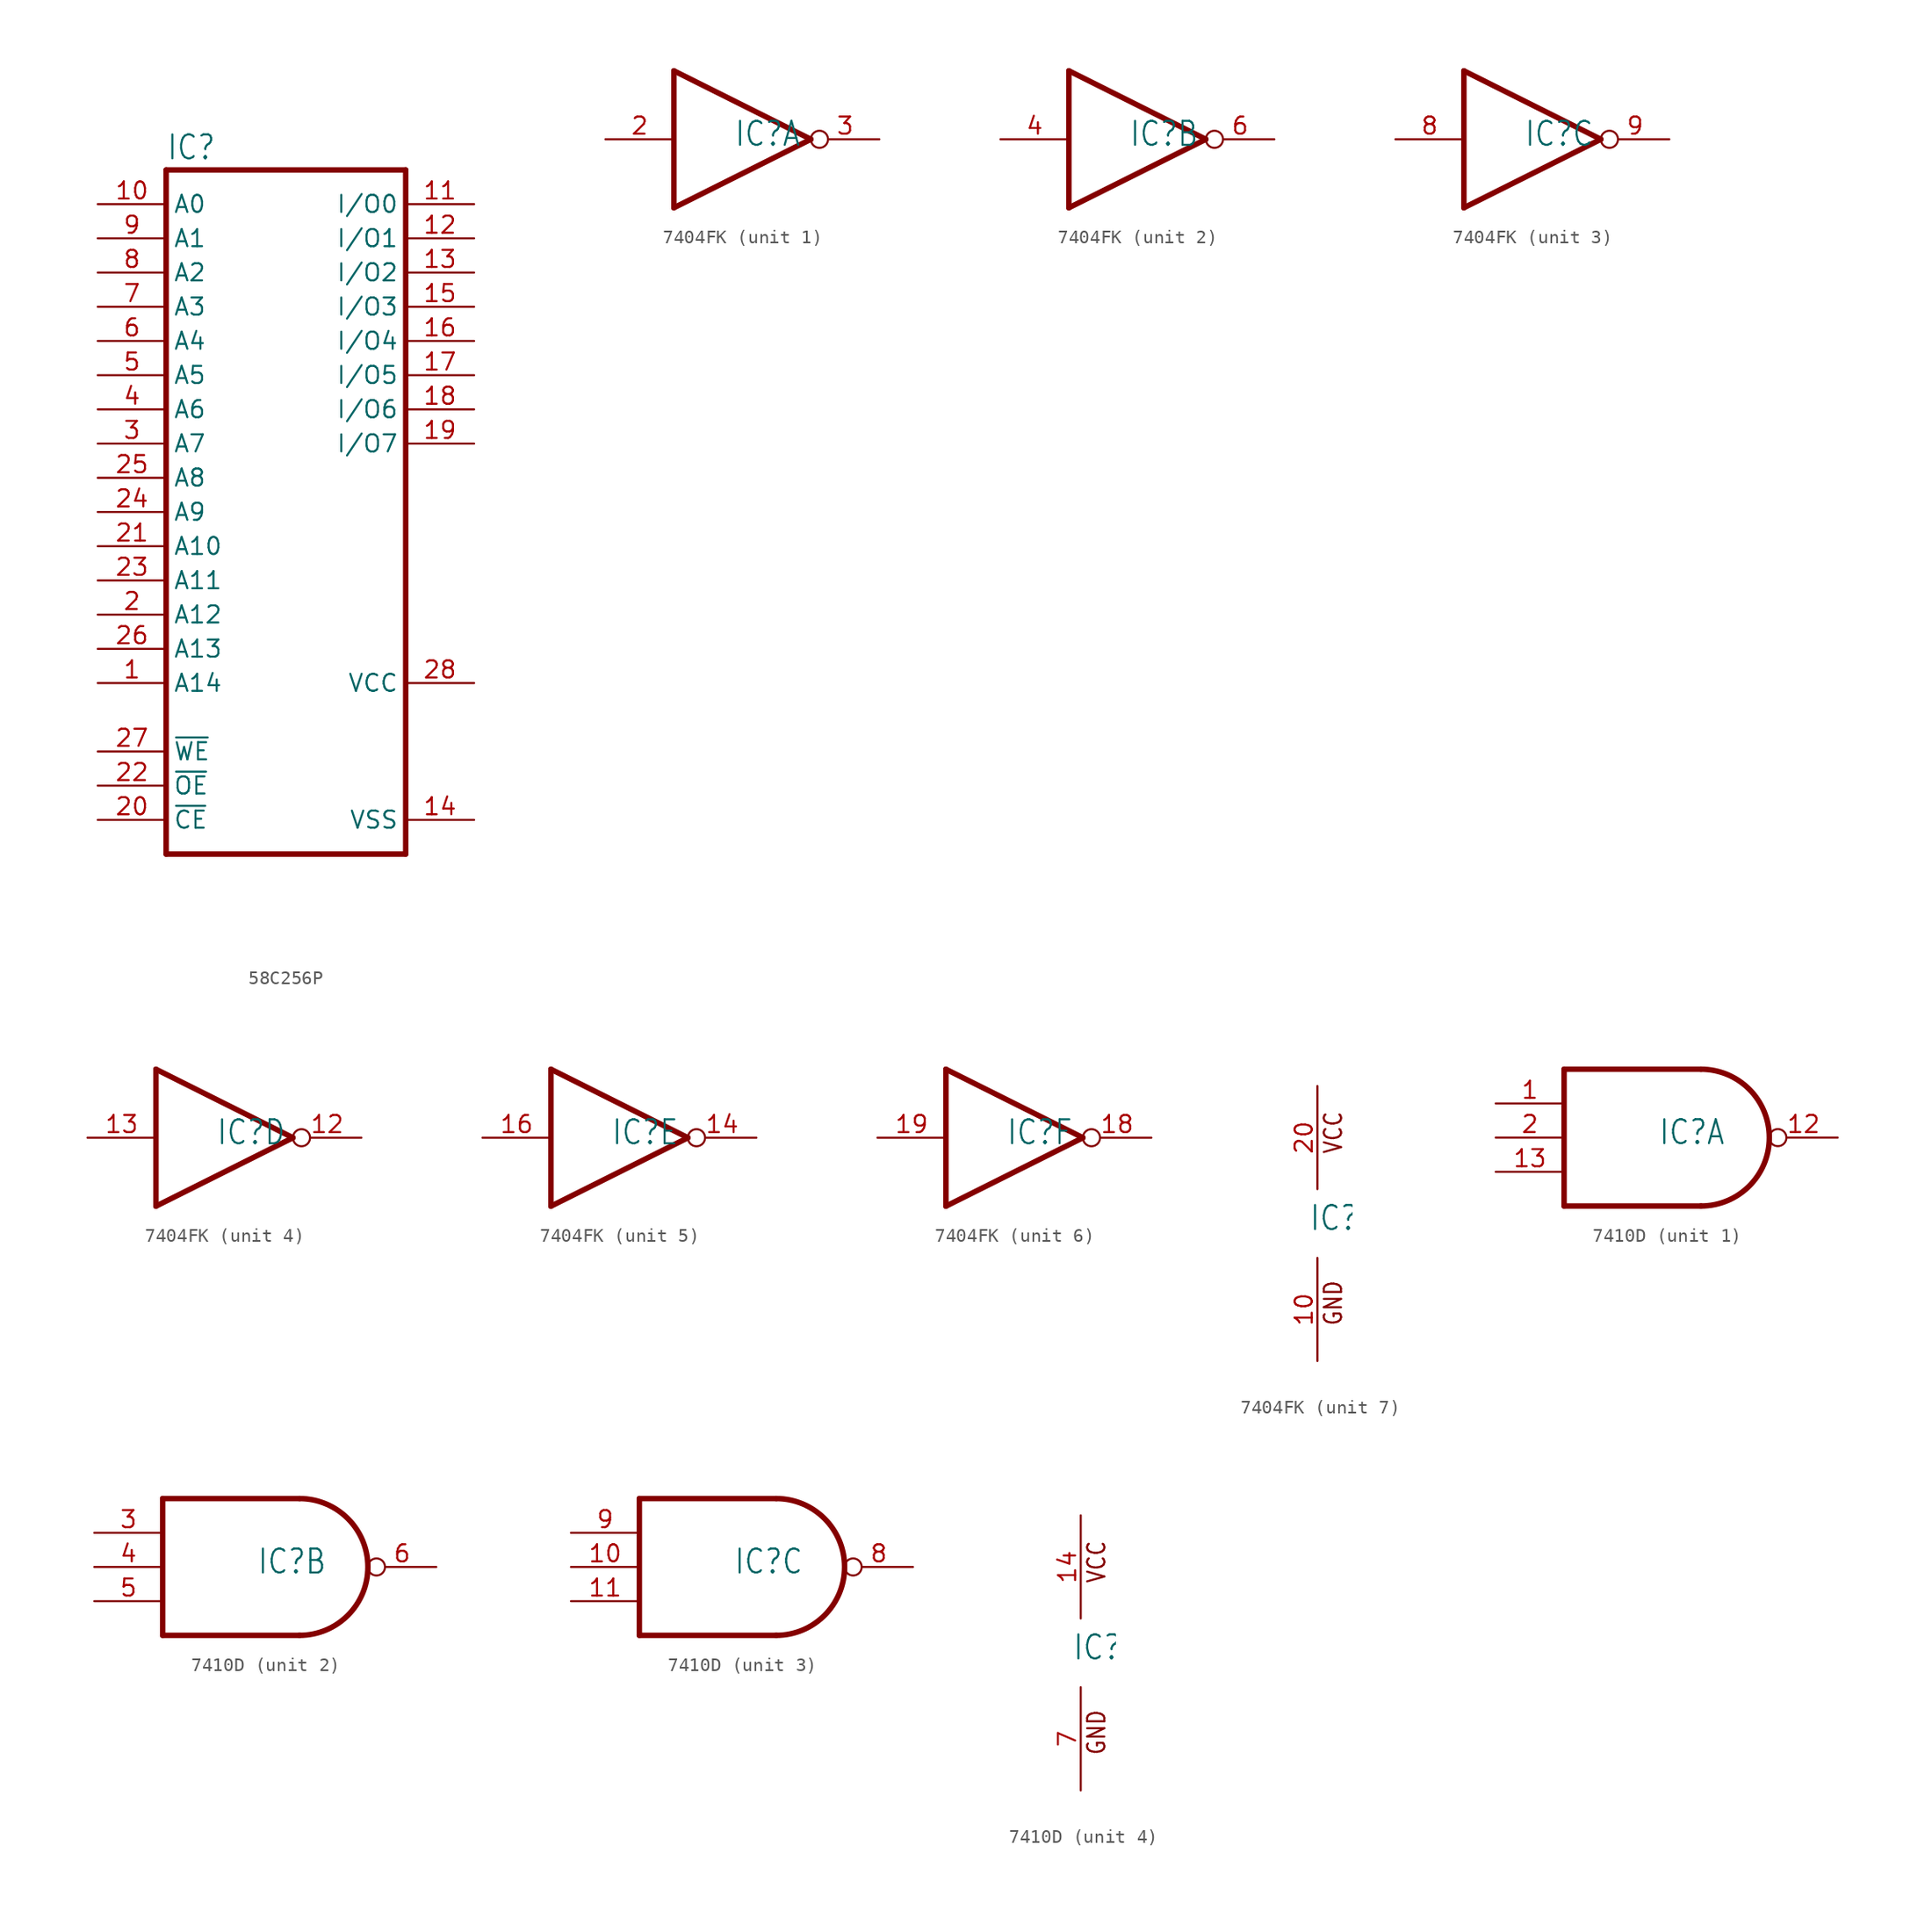
<source format=kicad_sym>
(kicad_symbol_lib
  (version 20231120)
  (generator "kicad_symbol_editor")
  (generator_version "8.0")
  (symbol "58C256P"
    (property "Reference" "IC"
      (at -10.16 31.115 0)
      (effects (font (size 1.778 1.511)) (justify left bottom)))
    (property "Value" ""
      (at -10.16 -22.86 0)
      (effects (font (size 1.778 1.511)) (justify left bottom)))
    (property "ki_locked" ""
      (at 0 0 0)
      (effects (font (size 1.27 1.27))))
    (symbol "58C256P_1_0"
      (polyline (pts (xy -10.16 -20.32) (xy -10.16 30.48)) (stroke (width 0.406) (type solid)) (fill (type none)))
      (polyline (pts (xy -10.16 -20.32) (xy 7.62 -20.32)) (stroke (width 0.406) (type solid)) (fill (type none)))
      (polyline (pts (xy 7.62 30.48) (xy -10.16 30.48)) (stroke (width 0.406) (type solid)) (fill (type none)))
      (polyline (pts (xy 7.62 30.48) (xy 7.62 -20.32)) (stroke (width 0.406) (type solid)) (fill (type none)))
      (pin input line (at -15.24 -7.62 0) (length 5.08) (name "A14" (effects (font (size 1.27 1.27)))) (number "1" (effects (font (size 1.27 1.27)))))
      (pin input line (at -15.24 27.94 0) (length 5.08) (name "A0" (effects (font (size 1.27 1.27)))) (number "10" (effects (font (size 1.27 1.27)))))
      (pin tri_state line (at 12.7 27.94 180) (length 5.08) (name "I/O0" (effects (font (size 1.27 1.27)))) (number "11" (effects (font (size 1.27 1.27)))))
      (pin tri_state line (at 12.7 25.4 180) (length 5.08) (name "I/O1" (effects (font (size 1.27 1.27)))) (number "12" (effects (font (size 1.27 1.27)))))
      (pin tri_state line (at 12.7 22.86 180) (length 5.08) (name "I/O2" (effects (font (size 1.27 1.27)))) (number "13" (effects (font (size 1.27 1.27)))))
      (pin power_in line (at 12.7 -17.78 180) (length 5.08) (name "VSS" (effects (font (size 1.27 1.27)))) (number "14" (effects (font (size 1.27 1.27)))))
      (pin tri_state line (at 12.7 20.32 180) (length 5.08) (name "I/O3" (effects (font (size 1.27 1.27)))) (number "15" (effects (font (size 1.27 1.27)))))
      (pin tri_state line (at 12.7 17.78 180) (length 5.08) (name "I/O4" (effects (font (size 1.27 1.27)))) (number "16" (effects (font (size 1.27 1.27)))))
      (pin tri_state line (at 12.7 15.24 180) (length 5.08) (name "I/O5" (effects (font (size 1.27 1.27)))) (number "17" (effects (font (size 1.27 1.27)))))
      (pin tri_state line (at 12.7 12.7 180) (length 5.08) (name "I/O6" (effects (font (size 1.27 1.27)))) (number "18" (effects (font (size 1.27 1.27)))))
      (pin tri_state line (at 12.7 10.16 180) (length 5.08) (name "I/O7" (effects (font (size 1.27 1.27)))) (number "19" (effects (font (size 1.27 1.27)))))
      (pin input line (at -15.24 -2.54 0) (length 5.08) (name "A12" (effects (font (size 1.27 1.27)))) (number "2" (effects (font (size 1.27 1.27)))))
      (pin input line (at -15.24 -17.78 0) (length 5.08) (name "~{CE}" (effects (font (size 1.27 1.27)))) (number "20" (effects (font (size 1.27 1.27)))))
      (pin input line (at -15.24 2.54 0) (length 5.08) (name "A10" (effects (font (size 1.27 1.27)))) (number "21" (effects (font (size 1.27 1.27)))))
      (pin input line (at -15.24 -15.24 0) (length 5.08) (name "~{OE}" (effects (font (size 1.27 1.27)))) (number "22" (effects (font (size 1.27 1.27)))))
      (pin input line (at -15.24 0 0) (length 5.08) (name "A11" (effects (font (size 1.27 1.27)))) (number "23" (effects (font (size 1.27 1.27)))))
      (pin input line (at -15.24 5.08 0) (length 5.08) (name "A9" (effects (font (size 1.27 1.27)))) (number "24" (effects (font (size 1.27 1.27)))))
      (pin input line (at -15.24 7.62 0) (length 5.08) (name "A8" (effects (font (size 1.27 1.27)))) (number "25" (effects (font (size 1.27 1.27)))))
      (pin input line (at -15.24 -5.08 0) (length 5.08) (name "A13" (effects (font (size 1.27 1.27)))) (number "26" (effects (font (size 1.27 1.27)))))
      (pin input line (at -15.24 -12.7 0) (length 5.08) (name "~{WE}" (effects (font (size 1.27 1.27)))) (number "27" (effects (font (size 1.27 1.27)))))
      (pin power_in line (at 12.7 -7.62 180) (length 5.08) (name "VCC" (effects (font (size 1.27 1.27)))) (number "28" (effects (font (size 1.27 1.27)))))
      (pin input line (at -15.24 10.16 0) (length 5.08) (name "A7" (effects (font (size 1.27 1.27)))) (number "3" (effects (font (size 1.27 1.27)))))
      (pin input line (at -15.24 12.7 0) (length 5.08) (name "A6" (effects (font (size 1.27 1.27)))) (number "4" (effects (font (size 1.27 1.27)))))
      (pin input line (at -15.24 15.24 0) (length 5.08) (name "A5" (effects (font (size 1.27 1.27)))) (number "5" (effects (font (size 1.27 1.27)))))
      (pin input line (at -15.24 17.78 0) (length 5.08) (name "A4" (effects (font (size 1.27 1.27)))) (number "6" (effects (font (size 1.27 1.27)))))
      (pin input line (at -15.24 20.32 0) (length 5.08) (name "A3" (effects (font (size 1.27 1.27)))) (number "7" (effects (font (size 1.27 1.27)))))
      (pin input line (at -15.24 22.86 0) (length 5.08) (name "A2" (effects (font (size 1.27 1.27)))) (number "8" (effects (font (size 1.27 1.27)))))
      (pin input line (at -15.24 25.4 0) (length 5.08) (name "A1" (effects (font (size 1.27 1.27)))) (number "9" (effects (font (size 1.27 1.27)))))))
  (symbol "7404FK"
    (property "Reference" "IC"
      (at -0.635 -0.635 0)
      (effects (font (size 1.778 1.511)) (justify left bottom)))
    (property "ki_locked" ""
      (at 0 0 0)
      (effects (font (size 1.27 1.27))))
    (symbol "7404FK_1_0"
      (polyline (pts (xy -5.08 -5.08) (xy -5.08 5.08)) (stroke (width 0.406) (type solid)) (fill (type none)))
      (polyline (pts (xy -5.08 5.08) (xy 5.08 0)) (stroke (width 0.406) (type solid)) (fill (type none)))
      (polyline (pts (xy 5.08 0) (xy -5.08 -5.08)) (stroke (width 0.406) (type solid)) (fill (type none)))
      (pin input line (at -10.16 0 0) (length 5.08) (name "I" (effects (font (size 0 0)))) (number "2" (effects (font (size 1.27 1.27)))))
      (pin output inverted (at 10.16 0 180) (length 5.08) (name "O" (effects (font (size 0 0)))) (number "3" (effects (font (size 1.27 1.27))))))
    (symbol "7404FK_2_0"
      (polyline (pts (xy -5.08 -5.08) (xy -5.08 5.08)) (stroke (width 0.406) (type solid)) (fill (type none)))
      (polyline (pts (xy -5.08 5.08) (xy 5.08 0)) (stroke (width 0.406) (type solid)) (fill (type none)))
      (polyline (pts (xy 5.08 0) (xy -5.08 -5.08)) (stroke (width 0.406) (type solid)) (fill (type none)))
      (pin input line (at -10.16 0 0) (length 5.08) (name "I" (effects (font (size 0 0)))) (number "4" (effects (font (size 1.27 1.27)))))
      (pin output inverted (at 10.16 0 180) (length 5.08) (name "O" (effects (font (size 0 0)))) (number "6" (effects (font (size 1.27 1.27))))))
    (symbol "7404FK_3_0"
      (polyline (pts (xy -5.08 -5.08) (xy -5.08 5.08)) (stroke (width 0.406) (type solid)) (fill (type none)))
      (polyline (pts (xy -5.08 5.08) (xy 5.08 0)) (stroke (width 0.406) (type solid)) (fill (type none)))
      (polyline (pts (xy 5.08 0) (xy -5.08 -5.08)) (stroke (width 0.406) (type solid)) (fill (type none)))
      (pin input line (at -10.16 0 0) (length 5.08) (name "I" (effects (font (size 0 0)))) (number "8" (effects (font (size 1.27 1.27)))))
      (pin output inverted (at 10.16 0 180) (length 5.08) (name "O" (effects (font (size 0 0)))) (number "9" (effects (font (size 1.27 1.27))))))
    (symbol "7404FK_4_0"
      (polyline (pts (xy -5.08 -5.08) (xy -5.08 5.08)) (stroke (width 0.406) (type solid)) (fill (type none)))
      (polyline (pts (xy -5.08 5.08) (xy 5.08 0)) (stroke (width 0.406) (type solid)) (fill (type none)))
      (polyline (pts (xy 5.08 0) (xy -5.08 -5.08)) (stroke (width 0.406) (type solid)) (fill (type none)))
      (pin output inverted (at 10.16 0 180) (length 5.08) (name "O" (effects (font (size 0 0)))) (number "12" (effects (font (size 1.27 1.27)))))
      (pin input line (at -10.16 0 0) (length 5.08) (name "I" (effects (font (size 0 0)))) (number "13" (effects (font (size 1.27 1.27))))))
    (symbol "7404FK_5_0"
      (polyline (pts (xy -5.08 -5.08) (xy -5.08 5.08)) (stroke (width 0.406) (type solid)) (fill (type none)))
      (polyline (pts (xy -5.08 5.08) (xy 5.08 0)) (stroke (width 0.406) (type solid)) (fill (type none)))
      (polyline (pts (xy 5.08 0) (xy -5.08 -5.08)) (stroke (width 0.406) (type solid)) (fill (type none)))
      (pin output inverted (at 10.16 0 180) (length 5.08) (name "O" (effects (font (size 0 0)))) (number "14" (effects (font (size 1.27 1.27)))))
      (pin input line (at -10.16 0 0) (length 5.08) (name "I" (effects (font (size 0 0)))) (number "16" (effects (font (size 1.27 1.27))))))
    (symbol "7404FK_6_0"
      (polyline (pts (xy -5.08 -5.08) (xy -5.08 5.08)) (stroke (width 0.406) (type solid)) (fill (type none)))
      (polyline (pts (xy -5.08 5.08) (xy 5.08 0)) (stroke (width 0.406) (type solid)) (fill (type none)))
      (polyline (pts (xy 5.08 0) (xy -5.08 -5.08)) (stroke (width 0.406) (type solid)) (fill (type none)))
      (pin output inverted (at 10.16 0 180) (length 5.08) (name "O" (effects (font (size 0 0)))) (number "18" (effects (font (size 1.27 1.27)))))
      (pin input line (at -10.16 0 0) (length 5.08) (name "I" (effects (font (size 0 0)))) (number "19" (effects (font (size 1.27 1.27))))))
    (symbol "7404FK_7_0"
      (text "GND" (at 1.905 -7.62 900) (effects (font (size 1.27 1.079)) (justify left bottom)))
      (text "VCC" (at 1.905 5.08 900) (effects (font (size 1.27 1.079)) (justify left bottom)))
      (pin power_in line (at 0 -10.16 90) (length 7.62) (name "GND" (effects (font (size 0 0)))) (number "10" (effects (font (size 1.27 1.27)))))
      (pin power_in line (at 0 10.16 270) (length 7.62) (name "VCC" (effects (font (size 0 0)))) (number "20" (effects (font (size 1.27 1.27)))))))
  (symbol "7410D"
    (property "Reference" "IC"
      (at -0.635 -0.635 0)
      (effects (font (size 1.778 1.511)) (justify left bottom)))
    (property "ki_locked" ""
      (at 0 0 0)
      (effects (font (size 1.27 1.27))))
    (symbol "7410D_1_0"
      (polyline (pts (xy -7.62 -5.08) (xy 2.54 -5.08)) (stroke (width 0.406) (type solid)) (fill (type none)))
      (polyline (pts (xy -7.62 5.08) (xy -7.62 -5.08)) (stroke (width 0.406) (type solid)) (fill (type none)))
      (polyline (pts (xy 2.54 5.08) (xy -7.62 5.08)) (stroke (width 0.406) (type solid)) (fill (type none)))
      (arc (start 2.5398 -5.08) (mid 7.5977 -0.0001) (end 2.54 5.08) (stroke (width 0.4064) (type solid)) (fill (type none)))
      (pin input line (at -12.7 2.54 0) (length 5.08) (name "I0" (effects (font (size 0 0)))) (number "1" (effects (font (size 1.27 1.27)))))
      (pin output inverted (at 12.7 0 180) (length 5.08) (name "O" (effects (font (size 0 0)))) (number "12" (effects (font (size 1.27 1.27)))))
      (pin input line (at -12.7 -2.54 0) (length 5.08) (name "I2" (effects (font (size 0 0)))) (number "13" (effects (font (size 1.27 1.27)))))
      (pin input line (at -12.7 0 0) (length 5.08) (name "I1" (effects (font (size 0 0)))) (number "2" (effects (font (size 1.27 1.27))))))
    (symbol "7410D_2_0"
      (polyline (pts (xy -7.62 -5.08) (xy 2.54 -5.08)) (stroke (width 0.406) (type solid)) (fill (type none)))
      (polyline (pts (xy -7.62 5.08) (xy -7.62 -5.08)) (stroke (width 0.406) (type solid)) (fill (type none)))
      (polyline (pts (xy 2.54 5.08) (xy -7.62 5.08)) (stroke (width 0.406) (type solid)) (fill (type none)))
      (arc (start 2.5398 -5.08) (mid 7.5977 -0.0001) (end 2.54 5.08) (stroke (width 0.4064) (type solid)) (fill (type none)))
      (pin input line (at -12.7 2.54 0) (length 5.08) (name "I0" (effects (font (size 0 0)))) (number "3" (effects (font (size 1.27 1.27)))))
      (pin input line (at -12.7 0 0) (length 5.08) (name "I1" (effects (font (size 0 0)))) (number "4" (effects (font (size 1.27 1.27)))))
      (pin input line (at -12.7 -2.54 0) (length 5.08) (name "I2" (effects (font (size 0 0)))) (number "5" (effects (font (size 1.27 1.27)))))
      (pin output inverted (at 12.7 0 180) (length 5.08) (name "O" (effects (font (size 0 0)))) (number "6" (effects (font (size 1.27 1.27))))))
    (symbol "7410D_3_0"
      (polyline (pts (xy -7.62 -5.08) (xy 2.54 -5.08)) (stroke (width 0.406) (type solid)) (fill (type none)))
      (polyline (pts (xy -7.62 5.08) (xy -7.62 -5.08)) (stroke (width 0.406) (type solid)) (fill (type none)))
      (polyline (pts (xy 2.54 5.08) (xy -7.62 5.08)) (stroke (width 0.406) (type solid)) (fill (type none)))
      (arc (start 2.5398 -5.08) (mid 7.5977 -0.0001) (end 2.54 5.08) (stroke (width 0.4064) (type solid)) (fill (type none)))
      (pin input line (at -12.7 0 0) (length 5.08) (name "I1" (effects (font (size 0 0)))) (number "10" (effects (font (size 1.27 1.27)))))
      (pin input line (at -12.7 -2.54 0) (length 5.08) (name "I2" (effects (font (size 0 0)))) (number "11" (effects (font (size 1.27 1.27)))))
      (pin output inverted (at 12.7 0 180) (length 5.08) (name "O" (effects (font (size 0 0)))) (number "8" (effects (font (size 1.27 1.27)))))
      (pin input line (at -12.7 2.54 0) (length 5.08) (name "I0" (effects (font (size 0 0)))) (number "9" (effects (font (size 1.27 1.27))))))
    (symbol "7410D_4_0"
      (text "GND" (at 1.905 -7.62 900) (effects (font (size 1.27 1.079)) (justify left bottom)))
      (text "VCC" (at 1.905 5.08 900) (effects (font (size 1.27 1.079)) (justify left bottom)))
      (pin power_in line (at 0 10.16 270) (length 7.62) (name "VCC" (effects (font (size 0 0)))) (number "14" (effects (font (size 1.27 1.27)))))
      (pin power_in line (at 0 -10.16 90) (length 7.62) (name "GND" (effects (font (size 0 0)))) (number "7" (effects (font (size 1.27 1.27))))))))
</source>
